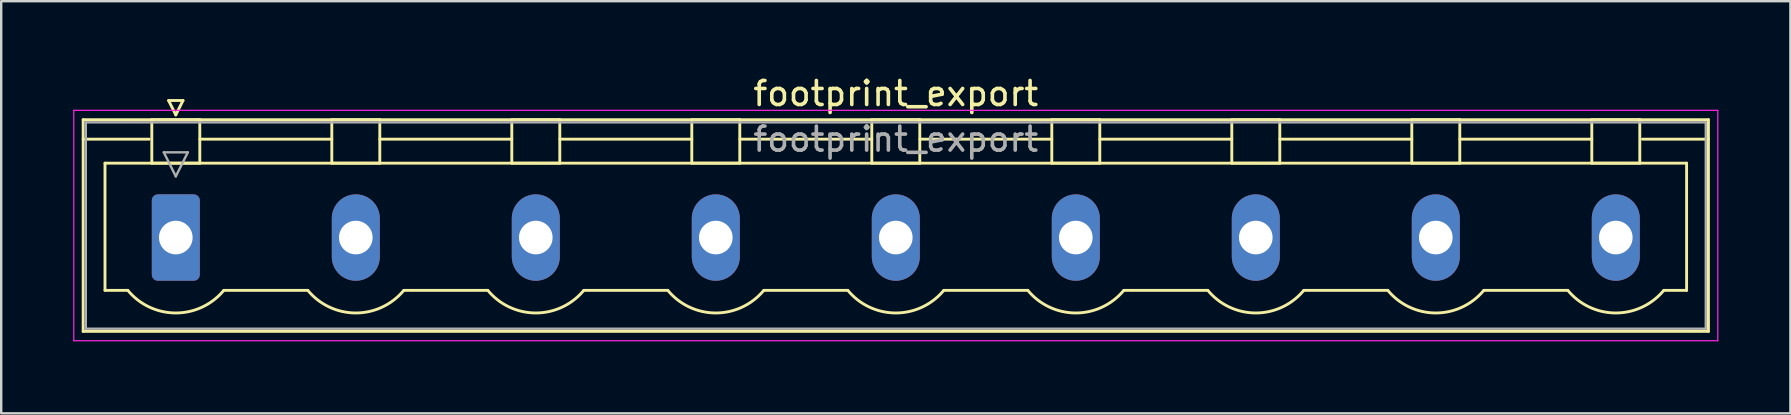
<source format=kicad_pcb>
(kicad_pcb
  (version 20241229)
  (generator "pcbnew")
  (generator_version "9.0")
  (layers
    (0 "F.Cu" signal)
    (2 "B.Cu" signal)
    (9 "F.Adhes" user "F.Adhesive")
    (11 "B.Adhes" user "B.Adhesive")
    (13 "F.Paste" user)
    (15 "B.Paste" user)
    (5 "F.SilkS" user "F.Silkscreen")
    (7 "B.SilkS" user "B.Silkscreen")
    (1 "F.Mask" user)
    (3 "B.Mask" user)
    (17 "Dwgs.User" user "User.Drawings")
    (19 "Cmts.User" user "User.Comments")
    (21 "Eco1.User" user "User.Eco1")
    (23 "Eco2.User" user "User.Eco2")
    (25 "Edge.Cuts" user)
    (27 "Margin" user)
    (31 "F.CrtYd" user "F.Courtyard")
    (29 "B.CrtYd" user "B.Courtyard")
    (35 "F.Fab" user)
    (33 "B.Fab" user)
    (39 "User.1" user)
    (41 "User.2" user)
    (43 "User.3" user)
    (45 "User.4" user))
  (footprint "footprint_export"
    (layer "F.Cu")
    (at 4.275 6.848)
    (property "Reference" "footprint_export" (at 30 -6 0) (layer "F.SilkS") (effects (font (size 1 1) (thickness 0.15))))
    (attr through_hole)
    (fp_line (start -3.86 -4.91) (end -3.86 3.91) (stroke (width 0.12) (type solid)) (layer "F.SilkS"))
    (fp_line (start -3.86 -4.1) (end -1.11 -4.1) (stroke (width 0.12) (type solid)) (layer "F.SilkS"))
    (fp_line (start -3.86 3.91) (end 63.86 3.91) (stroke (width 0.12) (type solid)) (layer "F.SilkS"))
    (fp_line (start -2.95 -3.1) (end 62.95 -3.1) (stroke (width 0.12) (type solid)) (layer "F.SilkS"))
    (fp_line (start -2.95 2.2) (end -2.95 -3.1) (stroke (width 0.12) (type solid)) (layer "F.SilkS"))
    (fp_line (start -2 2.2) (end -2.95 2.2) (stroke (width 0.12) (type solid)) (layer "F.SilkS"))
    (fp_line (start -1 -4.91) (end 1 -4.91) (stroke (width 0.12) (type solid)) (layer "F.SilkS"))
    (fp_line (start -1 -3.1) (end -1 -4.91) (stroke (width 0.12) (type solid)) (layer "F.SilkS"))
    (fp_line (start -0.3 -5.71) (end 0.3 -5.71) (stroke (width 0.12) (type solid)) (layer "F.SilkS"))
    (fp_line (start 0 -5.11) (end -0.3 -5.71) (stroke (width 0.12) (type solid)) (layer "F.SilkS"))
    (fp_line (start 0.3 -5.71) (end 0 -5.11) (stroke (width 0.12) (type solid)) (layer "F.SilkS"))
    (fp_line (start 1 -4.91) (end 1 -3.1) (stroke (width 0.12) (type solid)) (layer "F.SilkS"))
    (fp_line (start 1 -4.1) (end 6.5 -4.1) (stroke (width 0.12) (type solid)) (layer "F.SilkS"))
    (fp_line (start 1 -3.1) (end -1 -3.1) (stroke (width 0.12) (type solid)) (layer "F.SilkS"))
    (fp_line (start 2 2.2) (end 5.5 2.2) (stroke (width 0.12) (type solid)) (layer "F.SilkS"))
    (fp_line (start 6.5 -4.91) (end 8.5 -4.91) (stroke (width 0.12) (type solid)) (layer "F.SilkS"))
    (fp_line (start 6.5 -3.1) (end 6.5 -4.91) (stroke (width 0.12) (type solid)) (layer "F.SilkS"))
    (fp_line (start 8.5 -4.91) (end 8.5 -3.1) (stroke (width 0.12) (type solid)) (layer "F.SilkS"))
    (fp_line (start 8.5 -4.1) (end 14 -4.1) (stroke (width 0.12) (type solid)) (layer "F.SilkS"))
    (fp_line (start 8.5 -3.1) (end 6.5 -3.1) (stroke (width 0.12) (type solid)) (layer "F.SilkS"))
    (fp_line (start 9.5 2.2) (end 13 2.2) (stroke (width 0.12) (type solid)) (layer "F.SilkS"))
    (fp_line (start 14 -4.91) (end 16 -4.91) (stroke (width 0.12) (type solid)) (layer "F.SilkS"))
    (fp_line (start 14 -3.1) (end 14 -4.91) (stroke (width 0.12) (type solid)) (layer "F.SilkS"))
    (fp_line (start 16 -4.91) (end 16 -3.1) (stroke (width 0.12) (type solid)) (layer "F.SilkS"))
    (fp_line (start 16 -4.1) (end 21.5 -4.1) (stroke (width 0.12) (type solid)) (layer "F.SilkS"))
    (fp_line (start 16 -3.1) (end 14 -3.1) (stroke (width 0.12) (type solid)) (layer "F.SilkS"))
    (fp_line (start 17 2.2) (end 20.5 2.2) (stroke (width 0.12) (type solid)) (layer "F.SilkS"))
    (fp_line (start 21.5 -4.91) (end 23.5 -4.91) (stroke (width 0.12) (type solid)) (layer "F.SilkS"))
    (fp_line (start 21.5 -3.1) (end 21.5 -4.91) (stroke (width 0.12) (type solid)) (layer "F.SilkS"))
    (fp_line (start 23.5 -4.91) (end 23.5 -3.1) (stroke (width 0.12) (type solid)) (layer "F.SilkS"))
    (fp_line (start 23.5 -4.1) (end 29 -4.1) (stroke (width 0.12) (type solid)) (layer "F.SilkS"))
    (fp_line (start 23.5 -3.1) (end 21.5 -3.1) (stroke (width 0.12) (type solid)) (layer "F.SilkS"))
    (fp_line (start 24.5 2.2) (end 28 2.2) (stroke (width 0.12) (type solid)) (layer "F.SilkS"))
    (fp_line (start 29 -4.91) (end 31 -4.91) (stroke (width 0.12) (type solid)) (layer "F.SilkS"))
    (fp_line (start 29 -3.1) (end 29 -4.91) (stroke (width 0.12) (type solid)) (layer "F.SilkS"))
    (fp_line (start 31 -4.91) (end 31 -3.1) (stroke (width 0.12) (type solid)) (layer "F.SilkS"))
    (fp_line (start 31 -4.1) (end 36.5 -4.1) (stroke (width 0.12) (type solid)) (layer "F.SilkS"))
    (fp_line (start 31 -3.1) (end 29 -3.1) (stroke (width 0.12) (type solid)) (layer "F.SilkS"))
    (fp_line (start 32 2.2) (end 35.5 2.2) (stroke (width 0.12) (type solid)) (layer "F.SilkS"))
    (fp_line (start 36.5 -4.91) (end 38.5 -4.91) (stroke (width 0.12) (type solid)) (layer "F.SilkS"))
    (fp_line (start 36.5 -3.1) (end 36.5 -4.91) (stroke (width 0.12) (type solid)) (layer "F.SilkS"))
    (fp_line (start 38.5 -4.91) (end 38.5 -3.1) (stroke (width 0.12) (type solid)) (layer "F.SilkS"))
    (fp_line (start 38.5 -4.1) (end 44 -4.1) (stroke (width 0.12) (type solid)) (layer "F.SilkS"))
    (fp_line (start 38.5 -3.1) (end 36.5 -3.1) (stroke (width 0.12) (type solid)) (layer "F.SilkS"))
    (fp_line (start 39.5 2.2) (end 43 2.2) (stroke (width 0.12) (type solid)) (layer "F.SilkS"))
    (fp_line (start 44 -4.91) (end 46 -4.91) (stroke (width 0.12) (type solid)) (layer "F.SilkS"))
    (fp_line (start 44 -3.1) (end 44 -4.91) (stroke (width 0.12) (type solid)) (layer "F.SilkS"))
    (fp_line (start 46 -4.91) (end 46 -3.1) (stroke (width 0.12) (type solid)) (layer "F.SilkS"))
    (fp_line (start 46 -4.1) (end 51.5 -4.1) (stroke (width 0.12) (type solid)) (layer "F.SilkS"))
    (fp_line (start 46 -3.1) (end 44 -3.1) (stroke (width 0.12) (type solid)) (layer "F.SilkS"))
    (fp_line (start 47 2.2) (end 50.5 2.2) (stroke (width 0.12) (type solid)) (layer "F.SilkS"))
    (fp_line (start 51.5 -4.91) (end 53.5 -4.91) (stroke (width 0.12) (type solid)) (layer "F.SilkS"))
    (fp_line (start 51.5 -3.1) (end 51.5 -4.91) (stroke (width 0.12) (type solid)) (layer "F.SilkS"))
    (fp_line (start 53.5 -4.91) (end 53.5 -3.1) (stroke (width 0.12) (type solid)) (layer "F.SilkS"))
    (fp_line (start 53.5 -4.1) (end 59 -4.1) (stroke (width 0.12) (type solid)) (layer "F.SilkS"))
    (fp_line (start 53.5 -3.1) (end 51.5 -3.1) (stroke (width 0.12) (type solid)) (layer "F.SilkS"))
    (fp_line (start 54.5 2.2) (end 58 2.2) (stroke (width 0.12) (type solid)) (layer "F.SilkS"))
    (fp_line (start 59 -4.91) (end 61 -4.91) (stroke (width 0.12) (type solid)) (layer "F.SilkS"))
    (fp_line (start 59 -3.1) (end 59 -4.91) (stroke (width 0.12) (type solid)) (layer "F.SilkS"))
    (fp_line (start 61 -4.91) (end 61 -3.1) (stroke (width 0.12) (type solid)) (layer "F.SilkS"))
    (fp_line (start 61 -3.1) (end 59 -3.1) (stroke (width 0.12) (type solid)) (layer "F.SilkS"))
    (fp_line (start 62.95 -3.1) (end 62.95 2.2) (stroke (width 0.12) (type solid)) (layer "F.SilkS"))
    (fp_line (start 62.95 2.2) (end 62 2.2) (stroke (width 0.12) (type solid)) (layer "F.SilkS"))
    (fp_line (start 63.86 -4.91) (end -3.86 -4.91) (stroke (width 0.12) (type solid)) (layer "F.SilkS"))
    (fp_line (start 63.86 -4.1) (end 61.11 -4.1) (stroke (width 0.12) (type solid)) (layer "F.SilkS"))
    (fp_line (start 63.86 3.91) (end 63.86 -4.91) (stroke (width 0.12) (type solid)) (layer "F.SilkS"))
    (fp_arc (start 1.986842 2.215821) (mid -0.010289 3.142758) (end -2 2.2) (stroke (width 0.12) (type solid)) (layer "F.SilkS"))
    (fp_arc (start 9.486842 2.215821) (mid 7.489711 3.142758) (end 5.5 2.2) (stroke (width 0.12) (type solid)) (layer "F.SilkS"))
    (fp_arc (start 16.986842 2.215821) (mid 14.989711 3.142758) (end 13 2.2) (stroke (width 0.12) (type solid)) (layer "F.SilkS"))
    (fp_arc (start 24.486842 2.215821) (mid 22.489711 3.142758) (end 20.5 2.2) (stroke (width 0.12) (type solid)) (layer "F.SilkS"))
    (fp_arc (start 31.986842 2.215821) (mid 29.989711 3.142758) (end 28 2.2) (stroke (width 0.12) (type solid)) (layer "F.SilkS"))
    (fp_arc (start 39.486842 2.215821) (mid 37.489711 3.142758) (end 35.5 2.2) (stroke (width 0.12) (type solid)) (layer "F.SilkS"))
    (fp_arc (start 46.986842 2.215821) (mid 44.989711 3.142758) (end 43 2.2) (stroke (width 0.12) (type solid)) (layer "F.SilkS"))
    (fp_arc (start 54.486842 2.215821) (mid 52.489711 3.142758) (end 50.5 2.2) (stroke (width 0.12) (type solid)) (layer "F.SilkS"))
    (fp_arc (start 61.986842 2.215821) (mid 59.989711 3.142758) (end 58 2.2) (stroke (width 0.12) (type solid)) (layer "F.SilkS"))
    (fp_line (start -4.25 -5.3) (end -4.25 4.3) (stroke (width 0.05) (type solid)) (layer "F.CrtYd"))
    (fp_line (start -4.25 4.3) (end 64.25 4.3) (stroke (width 0.05) (type solid)) (layer "F.CrtYd"))
    (fp_line (start 64.25 -5.3) (end -4.25 -5.3) (stroke (width 0.05) (type solid)) (layer "F.CrtYd"))
    (fp_line (start 64.25 4.3) (end 64.25 -5.3) (stroke (width 0.05) (type solid)) (layer "F.CrtYd"))
    (fp_line (start -3.75 -4.8) (end -3.75 3.8) (stroke (width 0.1) (type solid)) (layer "F.Fab"))
    (fp_line (start -3.75 3.8) (end 63.75 3.8) (stroke (width 0.1) (type solid)) (layer "F.Fab"))
    (fp_line (start -0.5 -3.55) (end 0.5 -3.55) (stroke (width 0.1) (type solid)) (layer "F.Fab"))
    (fp_line (start 0 -2.55) (end -0.5 -3.55) (stroke (width 0.1) (type solid)) (layer "F.Fab"))
    (fp_line (start 0.5 -3.55) (end 0 -2.55) (stroke (width 0.1) (type solid)) (layer "F.Fab"))
    (fp_line (start 63.75 -4.8) (end -3.75 -4.8) (stroke (width 0.1) (type solid)) (layer "F.Fab"))
    (fp_line (start 63.75 3.8) (end 63.75 -4.8) (stroke (width 0.1) (type solid)) (layer "F.Fab"))
    (fp_text user "${REFERENCE}" (at 30 -4.1 0) (layer "F.Fab") (effects (font (size 1 1) (thickness 0.15))))
    (pad "1" thru_hole roundrect (at 0 0) (size 2 3.6) (drill 1.4) (layers "*.Cu" "*.Mask") (roundrect_rratio 0.125))
    (pad "2" thru_hole oval (at 7.5 0) (size 2 3.6) (drill 1.4) (layers "*.Cu" "*.Mask"))
    (pad "3" thru_hole oval (at 15 0) (size 2 3.6) (drill 1.4) (layers "*.Cu" "*.Mask"))
    (pad "4" thru_hole oval (at 22.5 0) (size 2 3.6) (drill 1.4) (layers "*.Cu" "*.Mask"))
    (pad "5" thru_hole oval (at 30 0) (size 2 3.6) (drill 1.4) (layers "*.Cu" "*.Mask"))
    (pad "6" thru_hole oval (at 37.5 0) (size 2 3.6) (drill 1.4) (layers "*.Cu" "*.Mask"))
    (pad "7" thru_hole oval (at 45 0) (size 2 3.6) (drill 1.4) (layers "*.Cu" "*.Mask"))
    (pad "8" thru_hole oval (at 52.5 0) (size 2 3.6) (drill 1.4) (layers "*.Cu" "*.Mask"))
    (pad "9" thru_hole oval (at 60 0) (size 2 3.6) (drill 1.4) (layers "*.Cu" "*.Mask")))
  (gr_rect
    (start -3 -3)
    (end 71.55 14.173)
    (stroke (width 0.1) (type default))
    (fill no)
    (layer "Edge.Cuts")))
</source>
